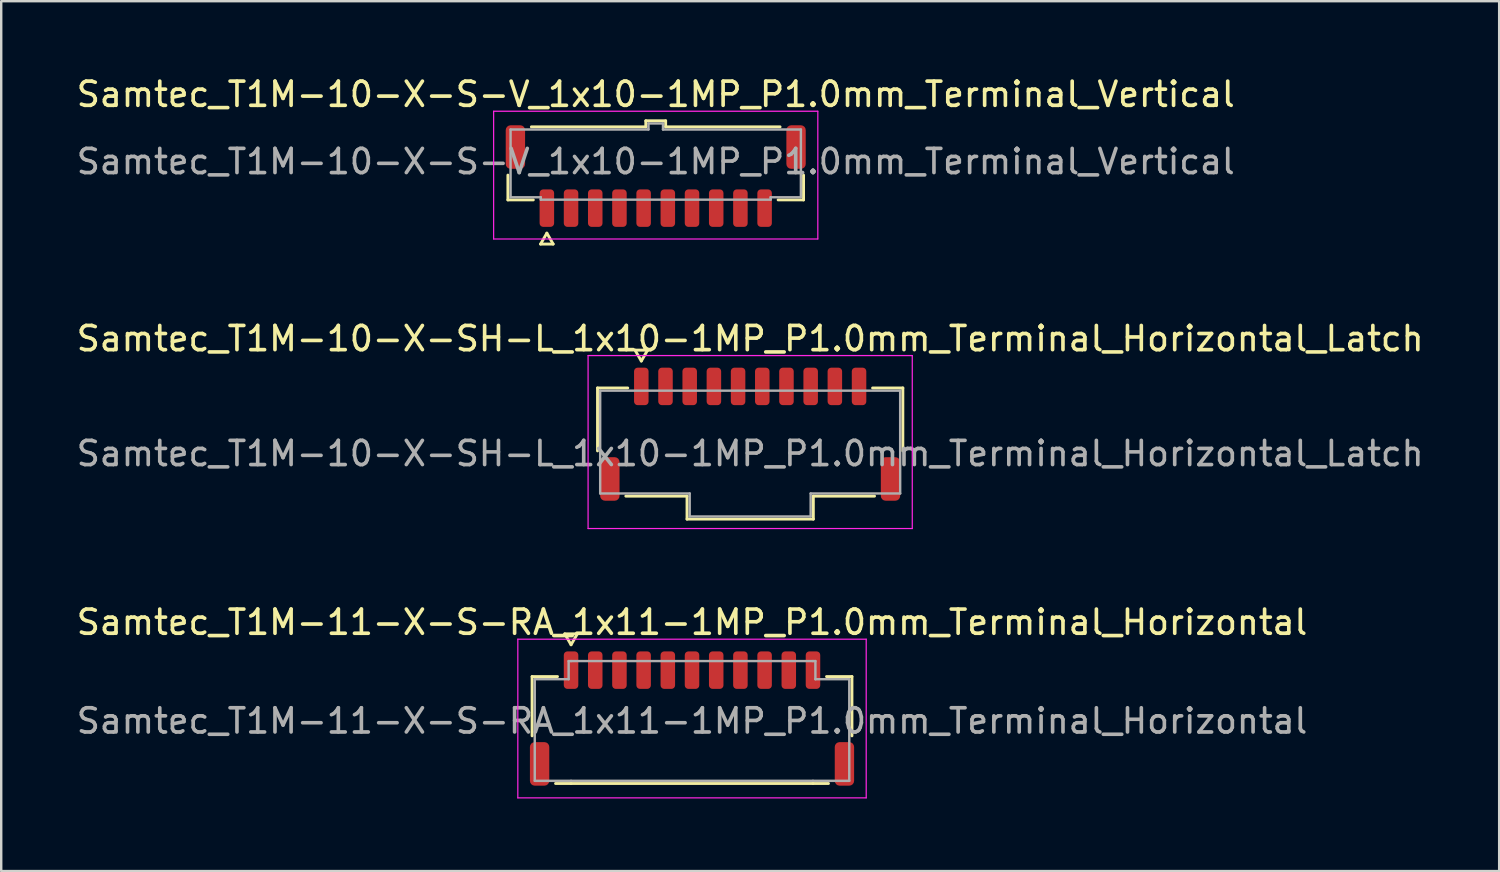
<source format=kicad_pcb>
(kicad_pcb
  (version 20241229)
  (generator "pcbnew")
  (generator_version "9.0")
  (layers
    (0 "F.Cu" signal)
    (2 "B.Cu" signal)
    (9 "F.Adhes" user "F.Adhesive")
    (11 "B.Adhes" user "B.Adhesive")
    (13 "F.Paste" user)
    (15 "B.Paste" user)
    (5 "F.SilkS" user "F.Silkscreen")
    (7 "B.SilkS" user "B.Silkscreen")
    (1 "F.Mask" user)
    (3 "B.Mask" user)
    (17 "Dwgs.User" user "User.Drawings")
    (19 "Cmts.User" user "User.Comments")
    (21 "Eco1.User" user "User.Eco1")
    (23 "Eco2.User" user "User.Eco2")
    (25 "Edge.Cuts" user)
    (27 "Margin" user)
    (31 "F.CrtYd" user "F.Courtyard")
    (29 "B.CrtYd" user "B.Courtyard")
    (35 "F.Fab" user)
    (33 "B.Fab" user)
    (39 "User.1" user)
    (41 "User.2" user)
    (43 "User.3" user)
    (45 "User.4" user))
  (footprint "Samtec_T1M-10-X-S-V_1x10-1MP_P1.0mm_Terminal_Vertical"
    (layer "F.Cu")
    (at 24.054 3.628)
    (property "Reference" "Samtec_T1M-10-X-S-V_1x10-1MP_P1.0mm_Terminal_Vertical" (at 0 -2.78 0) (layer "F.SilkS") (effects (font (size 1 1) (thickness 0.15))))
    (attr smd)
    (fp_line (start -6.11 1.585) (end -6.11 0.56) (stroke (width 0.12) (type solid)) (layer "F.SilkS"))
    (fp_line (start -5.14 -1.435) (end -0.41 -1.435) (stroke (width 0.12) (type solid)) (layer "F.SilkS"))
    (fp_line (start -5.06 1.585) (end -6.11 1.585) (stroke (width 0.12) (type solid)) (layer "F.SilkS"))
    (fp_line (start -4.76 3.41) (end -4.5 2.96) (stroke (width 0.12) (type solid)) (layer "F.SilkS"))
    (fp_line (start -4.5 2.96) (end -4.24 3.41) (stroke (width 0.12) (type solid)) (layer "F.SilkS"))
    (fp_line (start -4.24 3.41) (end -4.76 3.41) (stroke (width 0.12) (type solid)) (layer "F.SilkS"))
    (fp_line (start -0.41 -1.685) (end 0.41 -1.685) (stroke (width 0.12) (type solid)) (layer "F.SilkS"))
    (fp_line (start -0.41 -1.435) (end -0.41 -1.685) (stroke (width 0.12) (type solid)) (layer "F.SilkS"))
    (fp_line (start 0.41 -1.685) (end 0.41 -1.435) (stroke (width 0.12) (type solid)) (layer "F.SilkS"))
    (fp_line (start 0.41 -1.435) (end 5.14 -1.435) (stroke (width 0.12) (type solid)) (layer "F.SilkS"))
    (fp_line (start 6.11 0.56) (end 6.11 1.585) (stroke (width 0.12) (type solid)) (layer "F.SilkS"))
    (fp_line (start 6.11 1.585) (end 5.06 1.585) (stroke (width 0.12) (type solid)) (layer "F.SilkS"))
    (fp_line (start -6.7 -2.08) (end -6.7 3.2) (stroke (width 0.05) (type solid)) (layer "F.CrtYd"))
    (fp_line (start -6.7 3.2) (end 6.7 3.2) (stroke (width 0.05) (type solid)) (layer "F.CrtYd"))
    (fp_line (start 6.7 -2.08) (end -6.7 -2.08) (stroke (width 0.05) (type solid)) (layer "F.CrtYd"))
    (fp_line (start 6.7 3.2) (end 6.7 -2.08) (stroke (width 0.05) (type solid)) (layer "F.CrtYd"))
    (fp_line (start -6 -1.325) (end -0.3 -1.325) (stroke (width 0.1) (type solid)) (layer "F.Fab"))
    (fp_line (start -6 1.475) (end -6 -1.325) (stroke (width 0.1) (type solid)) (layer "F.Fab"))
    (fp_line (start -4.75 1.475) (end -6 1.475) (stroke (width 0.1) (type solid)) (layer "F.Fab"))
    (fp_line (start -4.75 1.575) (end -4.75 1.475) (stroke (width 0.1) (type solid)) (layer "F.Fab"))
    (fp_line (start -0.3 -1.575) (end 0.3 -1.575) (stroke (width 0.1) (type solid)) (layer "F.Fab"))
    (fp_line (start -0.3 -1.325) (end -0.3 -1.575) (stroke (width 0.1) (type solid)) (layer "F.Fab"))
    (fp_line (start 0.3 -1.575) (end 0.3 -1.325) (stroke (width 0.1) (type solid)) (layer "F.Fab"))
    (fp_line (start 0.3 -1.325) (end 6 -1.325) (stroke (width 0.1) (type solid)) (layer "F.Fab"))
    (fp_line (start 4.75 1.475) (end 4.75 1.575) (stroke (width 0.1) (type solid)) (layer "F.Fab"))
    (fp_line (start 4.75 1.575) (end -4.75 1.575) (stroke (width 0.1) (type solid)) (layer "F.Fab"))
    (fp_line (start 6 -1.325) (end 6 1.475) (stroke (width 0.1) (type solid)) (layer "F.Fab"))
    (fp_line (start 6 1.475) (end 4.75 1.475) (stroke (width 0.1) (type solid)) (layer "F.Fab"))
    (fp_text user "${REFERENCE}" (at 0 0 0) (layer "F.Fab") (effects (font (size 1 1) (thickness 0.15))))
    (pad "1" smd roundrect (at -4.5 1.925) (size 0.6 1.55) (layers "F.Cu" "F.Mask" "F.Paste") (roundrect_rratio 0.25))
    (pad "2" smd roundrect (at -3.5 1.925) (size 0.6 1.55) (layers "F.Cu" "F.Mask" "F.Paste") (roundrect_rratio 0.25))
    (pad "3" smd roundrect (at -2.5 1.925) (size 0.6 1.55) (layers "F.Cu" "F.Mask" "F.Paste") (roundrect_rratio 0.25))
    (pad "4" smd roundrect (at -1.5 1.925) (size 0.6 1.55) (layers "F.Cu" "F.Mask" "F.Paste") (roundrect_rratio 0.25))
    (pad "5" smd roundrect (at -0.5 1.925) (size 0.6 1.55) (layers "F.Cu" "F.Mask" "F.Paste") (roundrect_rratio 0.25))
    (pad "6" smd roundrect (at 0.5 1.925) (size 0.6 1.55) (layers "F.Cu" "F.Mask" "F.Paste") (roundrect_rratio 0.25))
    (pad "7" smd roundrect (at 1.5 1.925) (size 0.6 1.55) (layers "F.Cu" "F.Mask" "F.Paste") (roundrect_rratio 0.25))
    (pad "8" smd roundrect (at 2.5 1.925) (size 0.6 1.55) (layers "F.Cu" "F.Mask" "F.Paste") (roundrect_rratio 0.25))
    (pad "9" smd roundrect (at 3.5 1.925) (size 0.6 1.55) (layers "F.Cu" "F.Mask" "F.Paste") (roundrect_rratio 0.25))
    (pad "10" smd roundrect (at 4.5 1.925) (size 0.6 1.55) (layers "F.Cu" "F.Mask" "F.Paste") (roundrect_rratio 0.25))
    (pad "MP" smd roundrect (at -5.8 -0.6) (size 0.8 1.8) (layers "F.Cu" "F.Mask" "F.Paste") (roundrect_rratio 0.25))
    (pad "MP" smd roundrect (at 5.8 -0.6) (size 0.8 1.8) (layers "F.Cu" "F.Mask" "F.Paste") (roundrect_rratio 0.25)))
  (footprint "Samtec_T1M-11-X-S-RA_1x11-1MP_P1.0mm_Terminal_Horizontal"
    (layer "F.Cu")
    (at 25.554 26.75)
    (property "Reference" "Samtec_T1M-11-X-S-RA_1x11-1MP_P1.0mm_Terminal_Horizontal" (at 0 -4.08 0) (layer "F.SilkS") (effects (font (size 1 1) (thickness 0.15))))
    (attr smd)
    (fp_line (start -6.61 -1.835) (end -5.56 -1.835) (stroke (width 0.12) (type solid)) (layer "F.SilkS"))
    (fp_line (start -6.61 0.615) (end -6.61 -1.835) (stroke (width 0.12) (type solid)) (layer "F.SilkS"))
    (fp_line (start -5.26 -3.6) (end -5 -3.15) (stroke (width 0.12) (type solid)) (layer "F.SilkS"))
    (fp_line (start -5 -3.15) (end -4.74 -3.6) (stroke (width 0.12) (type solid)) (layer "F.SilkS"))
    (fp_line (start -5 2.585) (end -5.64 2.585) (stroke (width 0.12) (type solid)) (layer "F.SilkS"))
    (fp_line (start -4.74 -3.6) (end -5.26 -3.6) (stroke (width 0.12) (type solid)) (layer "F.SilkS"))
    (fp_line (start 5 2.585) (end -5 2.585) (stroke (width 0.12) (type solid)) (layer "F.SilkS"))
    (fp_line (start 5.56 -1.835) (end 6.61 -1.835) (stroke (width 0.12) (type solid)) (layer "F.SilkS"))
    (fp_line (start 5.64 2.585) (end 5 2.585) (stroke (width 0.12) (type solid)) (layer "F.SilkS"))
    (fp_line (start 6.61 -1.835) (end 6.61 0.615) (stroke (width 0.12) (type solid)) (layer "F.SilkS"))
    (fp_line (start -7.2 -3.38) (end -7.2 3.18) (stroke (width 0.05) (type solid)) (layer "F.CrtYd"))
    (fp_line (start -7.2 3.18) (end 7.2 3.18) (stroke (width 0.05) (type solid)) (layer "F.CrtYd"))
    (fp_line (start 7.2 -3.38) (end -7.2 -3.38) (stroke (width 0.05) (type solid)) (layer "F.CrtYd"))
    (fp_line (start 7.2 3.18) (end 7.2 -3.38) (stroke (width 0.05) (type solid)) (layer "F.CrtYd"))
    (fp_line (start -6.5 -1.725) (end -5.1 -1.725) (stroke (width 0.1) (type solid)) (layer "F.Fab"))
    (fp_line (start -6.5 2.475) (end -6.5 -1.725) (stroke (width 0.1) (type solid)) (layer "F.Fab"))
    (fp_line (start -5.1 -2.475) (end -5 -2.475) (stroke (width 0.1) (type solid)) (layer "F.Fab"))
    (fp_line (start -5.1 -1.725) (end -5.1 -2.475) (stroke (width 0.1) (type solid)) (layer "F.Fab"))
    (fp_line (start -5 -2.475) (end 5 -2.475) (stroke (width 0.1) (type solid)) (layer "F.Fab"))
    (fp_line (start -5 2.475) (end -6.5 2.475) (stroke (width 0.1) (type solid)) (layer "F.Fab"))
    (fp_line (start 5 -2.475) (end 5.1 -2.475) (stroke (width 0.1) (type solid)) (layer "F.Fab"))
    (fp_line (start 5 2.475) (end -5 2.475) (stroke (width 0.1) (type solid)) (layer "F.Fab"))
    (fp_line (start 5.1 -2.475) (end 5.1 -1.725) (stroke (width 0.1) (type solid)) (layer "F.Fab"))
    (fp_line (start 5.1 -1.725) (end 6.5 -1.725) (stroke (width 0.1) (type solid)) (layer "F.Fab"))
    (fp_line (start 6.5 -1.725) (end 6.5 2.475) (stroke (width 0.1) (type solid)) (layer "F.Fab"))
    (fp_line (start 6.5 2.475) (end 5 2.475) (stroke (width 0.1) (type solid)) (layer "F.Fab"))
    (fp_text user "${REFERENCE}" (at 0 0 0) (layer "F.Fab") (effects (font (size 1 1) (thickness 0.15))))
    (pad "1" smd roundrect (at -5 -2.1) (size 0.6 1.55) (layers "F.Cu" "F.Mask" "F.Paste") (roundrect_rratio 0.25))
    (pad "2" smd roundrect (at -4 -2.1) (size 0.6 1.55) (layers "F.Cu" "F.Mask" "F.Paste") (roundrect_rratio 0.25))
    (pad "3" smd roundrect (at -3 -2.1) (size 0.6 1.55) (layers "F.Cu" "F.Mask" "F.Paste") (roundrect_rratio 0.25))
    (pad "4" smd roundrect (at -2 -2.1) (size 0.6 1.55) (layers "F.Cu" "F.Mask" "F.Paste") (roundrect_rratio 0.25))
    (pad "5" smd roundrect (at -1 -2.1) (size 0.6 1.55) (layers "F.Cu" "F.Mask" "F.Paste") (roundrect_rratio 0.25))
    (pad "6" smd roundrect (at 0 -2.1) (size 0.6 1.55) (layers "F.Cu" "F.Mask" "F.Paste") (roundrect_rratio 0.25))
    (pad "7" smd roundrect (at 1 -2.1) (size 0.6 1.55) (layers "F.Cu" "F.Mask" "F.Paste") (roundrect_rratio 0.25))
    (pad "8" smd roundrect (at 2 -2.1) (size 0.6 1.55) (layers "F.Cu" "F.Mask" "F.Paste") (roundrect_rratio 0.25))
    (pad "9" smd roundrect (at 3 -2.1) (size 0.6 1.55) (layers "F.Cu" "F.Mask" "F.Paste") (roundrect_rratio 0.25))
    (pad "10" smd roundrect (at 4 -2.1) (size 0.6 1.55) (layers "F.Cu" "F.Mask" "F.Paste") (roundrect_rratio 0.25))
    (pad "11" smd roundrect (at 5 -2.1) (size 0.6 1.55) (layers "F.Cu" "F.Mask" "F.Paste") (roundrect_rratio 0.25))
    (pad "MP" smd roundrect (at -6.3 1.775) (size 0.8 1.8) (layers "F.Cu" "F.Mask" "F.Paste") (roundrect_rratio 0.25))
    (pad "MP" smd roundrect (at 6.3 1.775) (size 0.8 1.8) (layers "F.Cu" "F.Mask" "F.Paste") (roundrect_rratio 0.25)))
  (footprint "Samtec_T1M-10-X-SH-L_1x10-1MP_P1.0mm_Terminal_Horizontal_Latch"
    (layer "F.Cu")
    (at 27.958 15.697)
    (property "Reference" "Samtec_T1M-10-X-SH-L_1x10-1MP_P1.0mm_Terminal_Horizontal_Latch" (at 0 -4.75 0) (layer "F.SilkS") (effects (font (size 1 1) (thickness 0.15))))
    (attr smd)
    (fp_line (start -6.31 -2.71) (end -5.06 -2.71) (stroke (width 0.12) (type solid)) (layer "F.SilkS"))
    (fp_line (start -6.31 -0.11) (end -6.31 -2.71) (stroke (width 0.12) (type solid)) (layer "F.SilkS"))
    (fp_line (start -4.76 -4.275) (end -4.5 -3.825) (stroke (width 0.12) (type solid)) (layer "F.SilkS"))
    (fp_line (start -4.5 -3.825) (end -4.24 -4.275) (stroke (width 0.12) (type solid)) (layer "F.SilkS"))
    (fp_line (start -4.24 -4.275) (end -4.76 -4.275) (stroke (width 0.12) (type solid)) (layer "F.SilkS"))
    (fp_line (start -2.61 1.76) (end -5.14 1.76) (stroke (width 0.12) (type solid)) (layer "F.SilkS"))
    (fp_line (start -2.61 2.71) (end -2.61 1.76) (stroke (width 0.12) (type solid)) (layer "F.SilkS"))
    (fp_line (start 2.61 1.76) (end 2.61 2.71) (stroke (width 0.12) (type solid)) (layer "F.SilkS"))
    (fp_line (start 2.61 2.71) (end -2.61 2.71) (stroke (width 0.12) (type solid)) (layer "F.SilkS"))
    (fp_line (start 5.06 -2.71) (end 6.31 -2.71) (stroke (width 0.12) (type solid)) (layer "F.SilkS"))
    (fp_line (start 5.14 1.76) (end 2.61 1.76) (stroke (width 0.12) (type solid)) (layer "F.SilkS"))
    (fp_line (start 6.31 -2.71) (end 6.31 -0.11) (stroke (width 0.12) (type solid)) (layer "F.SilkS"))
    (fp_line (start -6.7 -4.05) (end -6.7 3.1) (stroke (width 0.05) (type solid)) (layer "F.CrtYd"))
    (fp_line (start -6.7 3.1) (end 6.7 3.1) (stroke (width 0.05) (type solid)) (layer "F.CrtYd"))
    (fp_line (start 6.7 -4.05) (end -6.7 -4.05) (stroke (width 0.05) (type solid)) (layer "F.CrtYd"))
    (fp_line (start 6.7 3.1) (end 6.7 -4.05) (stroke (width 0.05) (type solid)) (layer "F.CrtYd"))
    (fp_line (start -6.2 -2.6) (end 6.2 -2.6) (stroke (width 0.1) (type solid)) (layer "F.Fab"))
    (fp_line (start -6.2 1.65) (end -6.2 -2.6) (stroke (width 0.1) (type solid)) (layer "F.Fab"))
    (fp_line (start -2.5 1.65) (end -6.2 1.65) (stroke (width 0.1) (type solid)) (layer "F.Fab"))
    (fp_line (start -2.5 2.6) (end -2.5 1.65) (stroke (width 0.1) (type solid)) (layer "F.Fab"))
    (fp_line (start 2.5 1.65) (end 2.5 2.6) (stroke (width 0.1) (type solid)) (layer "F.Fab"))
    (fp_line (start 2.5 2.6) (end -2.5 2.6) (stroke (width 0.1) (type solid)) (layer "F.Fab"))
    (fp_line (start 6.2 -2.6) (end 6.2 1.65) (stroke (width 0.1) (type solid)) (layer "F.Fab"))
    (fp_line (start 6.2 1.65) (end 2.5 1.65) (stroke (width 0.1) (type solid)) (layer "F.Fab"))
    (fp_text user "${REFERENCE}" (at 0 0 0) (layer "F.Fab") (effects (font (size 1 1) (thickness 0.15))))
    (pad "1" smd roundrect (at -4.5 -2.775) (size 0.6 1.55) (layers "F.Cu" "F.Mask" "F.Paste") (roundrect_rratio 0.25))
    (pad "2" smd roundrect (at -3.5 -2.775) (size 0.6 1.55) (layers "F.Cu" "F.Mask" "F.Paste") (roundrect_rratio 0.25))
    (pad "3" smd roundrect (at -2.5 -2.775) (size 0.6 1.55) (layers "F.Cu" "F.Mask" "F.Paste") (roundrect_rratio 0.25))
    (pad "4" smd roundrect (at -1.5 -2.775) (size 0.6 1.55) (layers "F.Cu" "F.Mask" "F.Paste") (roundrect_rratio 0.25))
    (pad "5" smd roundrect (at -0.5 -2.775) (size 0.6 1.55) (layers "F.Cu" "F.Mask" "F.Paste") (roundrect_rratio 0.25))
    (pad "6" smd roundrect (at 0.5 -2.775) (size 0.6 1.55) (layers "F.Cu" "F.Mask" "F.Paste") (roundrect_rratio 0.25))
    (pad "7" smd roundrect (at 1.5 -2.775) (size 0.6 1.55) (layers "F.Cu" "F.Mask" "F.Paste") (roundrect_rratio 0.25))
    (pad "8" smd roundrect (at 2.5 -2.775) (size 0.6 1.55) (layers "F.Cu" "F.Mask" "F.Paste") (roundrect_rratio 0.25))
    (pad "9" smd roundrect (at 3.5 -2.775) (size 0.6 1.55) (layers "F.Cu" "F.Mask" "F.Paste") (roundrect_rratio 0.25))
    (pad "10" smd roundrect (at 4.5 -2.775) (size 0.6 1.55) (layers "F.Cu" "F.Mask" "F.Paste") (roundrect_rratio 0.25))
    (pad "MP" smd roundrect (at -5.8 1.05) (size 0.8 1.8) (layers "F.Cu" "F.Mask" "F.Paste") (roundrect_rratio 0.25))
    (pad "MP" smd roundrect (at 5.8 1.05) (size 0.8 1.8) (layers "F.Cu" "F.Mask" "F.Paste") (roundrect_rratio 0.25)))
  (gr_rect
    (start -3 -3)
    (end 58.917 32.955)
    (stroke (width 0.1) (type default))
    (fill no)
    (layer "Edge.Cuts")))
</source>
